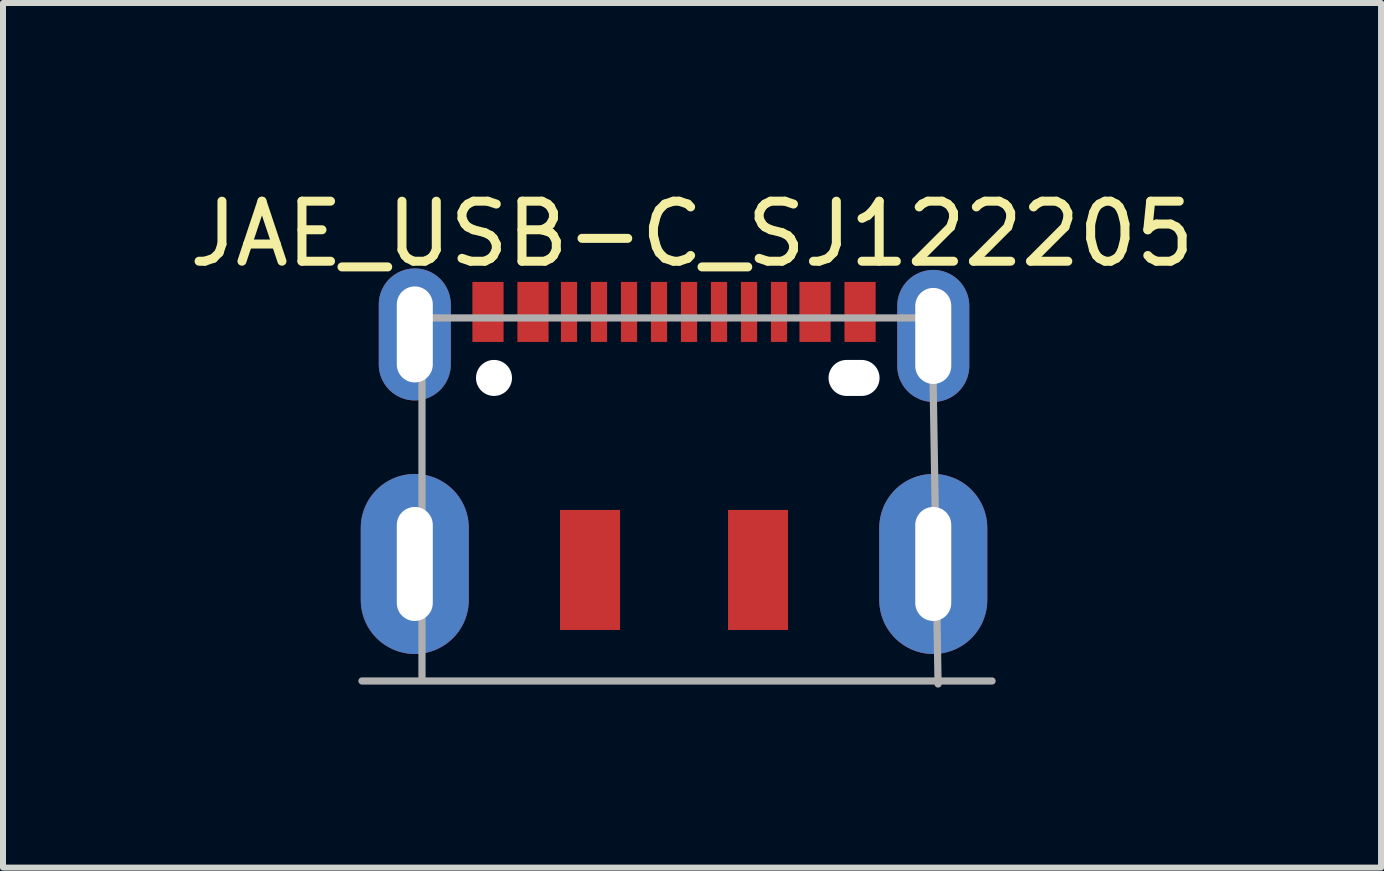
<source format=kicad_pcb>
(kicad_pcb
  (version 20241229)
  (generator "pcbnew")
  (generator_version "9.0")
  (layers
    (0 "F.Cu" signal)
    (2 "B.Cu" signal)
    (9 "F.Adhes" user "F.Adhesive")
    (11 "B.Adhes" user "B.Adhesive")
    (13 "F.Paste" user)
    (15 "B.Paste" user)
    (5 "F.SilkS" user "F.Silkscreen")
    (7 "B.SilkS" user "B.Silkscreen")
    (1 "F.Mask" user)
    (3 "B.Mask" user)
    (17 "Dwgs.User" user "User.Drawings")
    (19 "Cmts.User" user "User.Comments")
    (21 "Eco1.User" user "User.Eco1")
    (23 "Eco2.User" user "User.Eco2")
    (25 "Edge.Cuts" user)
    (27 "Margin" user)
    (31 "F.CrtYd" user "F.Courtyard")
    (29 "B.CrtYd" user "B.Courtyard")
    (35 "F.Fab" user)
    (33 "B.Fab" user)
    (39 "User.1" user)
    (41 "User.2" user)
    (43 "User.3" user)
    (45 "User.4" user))
  (footprint "JAE_USB-C_SJ122205"
    (layer "F.Cu")
    (at 8.182 3.248)
    (property "Reference" "JAE_USB-C_SJ122205" (at 0.3 -2.4 0) (layer "F.SilkS") (effects (font (size 1 1) (thickness 0.15))))
    (attr through_hole)
    (fp_line (start -5.2 5.05) (end 5.3 5.05) (stroke (width 0.12) (type solid)) (layer "F.Fab"))
    (fp_line (start -4.2 -1) (end 4.3 -1) (stroke (width 0.12) (type solid)) (layer "F.Fab"))
    (fp_line (start -4.2 5) (end -4.2 -1) (stroke (width 0.12) (type solid)) (layer "F.Fab"))
    (fp_line (start 4.3 -1) (end 4.4 5.1) (stroke (width 0.12) (type solid)) (layer "F.Fab"))
    (pad "" np_thru_hole circle (at -3 0) (size 0.6 0.6) (drill 0.6) (layers "*.Cu" "*.Mask"))
    (pad "" np_thru_hole oval (at 3 0) (size 0.85 0.6) (drill oval 0.85 0.6) (layers "*.Cu" "*.Mask"))
    (pad "A1" smd rect (at -3.1 -1.1) (size 0.52 1) (layers "F.Cu" "F.Mask" "F.Paste"))
    (pad "A4" smd rect (at -2.35 -1.1) (size 0.52 1) (layers "F.Cu" "F.Mask" "F.Paste"))
    (pad "A5" smd rect (at -1.75 -1.1) (size 0.27 1) (layers "F.Cu" "F.Mask" "F.Paste"))
    (pad "A6" smd rect (at -0.25 -1.1) (size 0.27 1) (layers "F.Cu" "F.Mask" "F.Paste"))
    (pad "A7" smd rect (at 0.75 -1.1) (size 0.27 1) (layers "F.Cu" "F.Mask" "F.Paste"))
    (pad "A8" smd rect (at 1.75 -1.1) (size 0.27 1) (layers "F.Cu" "F.Mask" "F.Paste"))
    (pad "A9" smd rect (at 2.35 -1.1) (size 0.52 1) (layers "F.Cu" "F.Mask" "F.Paste"))
    (pad "A12" smd rect (at 3.1 -1.1) (size 0.52 1) (layers "F.Cu" "F.Mask" "F.Paste"))
    (pad "B5" smd rect (at 1.25 -1.1) (size 0.27 1) (layers "F.Cu" "F.Mask" "F.Paste"))
    (pad "B6" smd rect (at 0.25 -1.1) (size 0.27 1) (layers "F.Cu" "F.Mask" "F.Paste"))
    (pad "B7" smd rect (at -0.75 -1.1) (size 0.27 1) (layers "F.Cu" "F.Mask" "F.Paste"))
    (pad "B8" smd rect (at -1.25 -1.1) (size 0.27 1) (layers "F.Cu" "F.Mask" "F.Paste"))
    (pad "MT" smd rect (at -1.4 3.2) (size 1 2) (layers "F.Cu" "F.Mask" "F.Paste"))
    (pad "MT" smd rect (at 1.4 3.2) (size 1 2) (layers "F.Cu" "F.Mask" "F.Paste"))
    (pad "S1" thru_hole oval (at -4.32 -0.725) (size 1.2 2.2) (drill oval 0.6 1.6) (layers "*.Cu" "*.Mask"))
    (pad "S1" thru_hole oval (at -4.32 3.1) (size 1.8 3) (drill oval 0.6 1.9) (layers "*.Cu" "*.Mask"))
    (pad "S1" thru_hole oval (at 4.32 -0.7) (size 1.2 2.2) (drill oval 0.6 1.6) (layers "*.Cu" "*.Mask"))
    (pad "S1" thru_hole oval (at 4.32 3.1) (size 1.8 3) (drill oval 0.6 1.9) (layers "*.Cu" "*.Mask")))
  (gr_rect
    (start -3 -3)
    (end 19.964 11.408)
    (stroke (width 0.1) (type default))
    (fill no)
    (layer "Edge.Cuts")))
</source>
